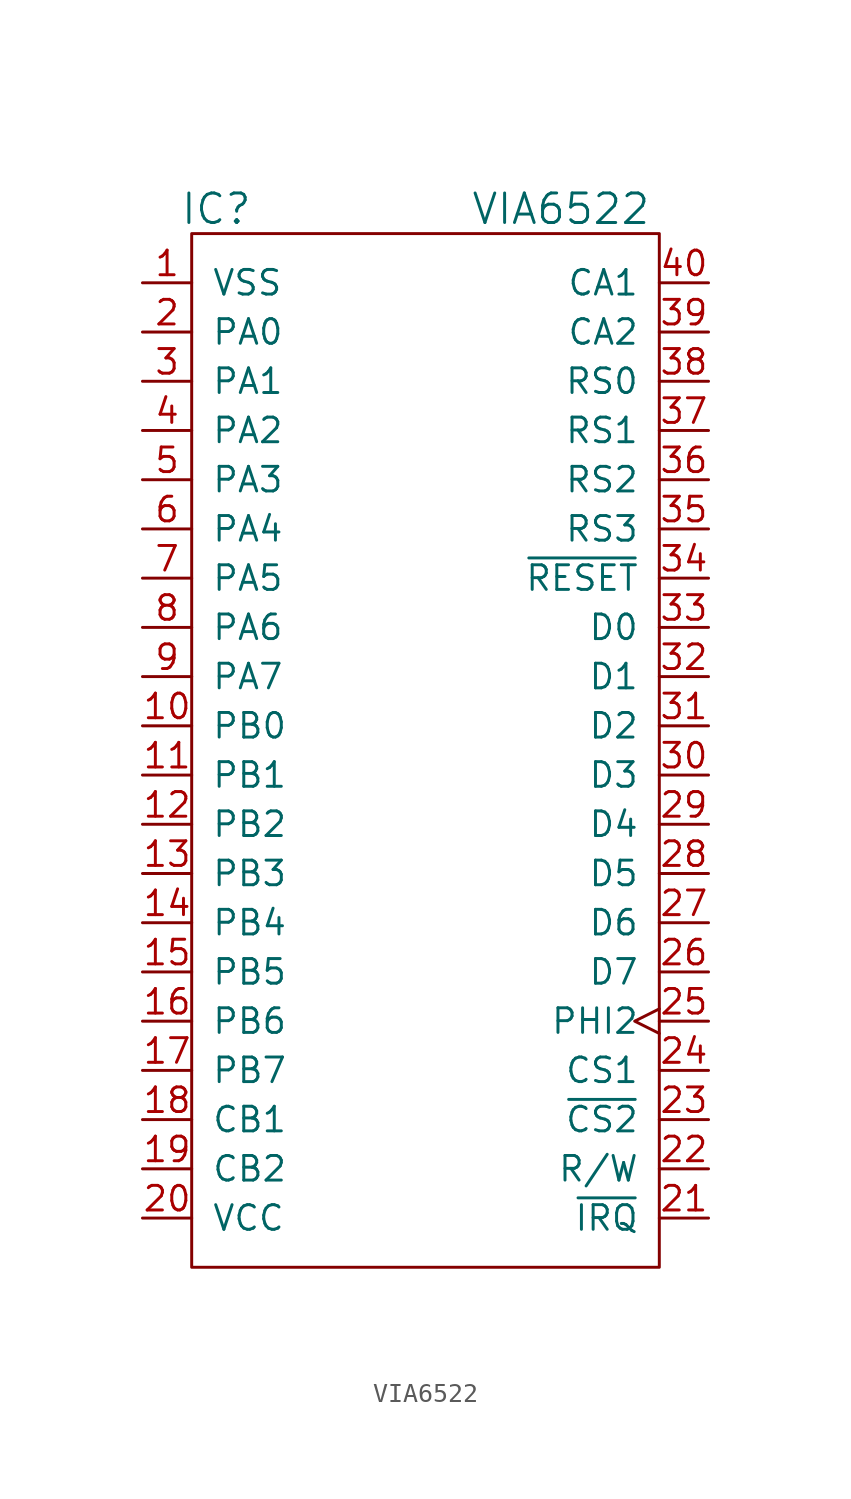
<source format=kicad_sym>
(kicad_symbol_lib
  (version 20211014)
  (generator kicad_symbol_editor)
  (symbol "VIA6522"
    (pin_names
      (offset 1.016))
    (property "Reference" "IC"
      (at -11.43 27.94 0)
      (effects (font (size 1.524 1.524))))
    (property "Value" "VIA6522"
      (at 6.35 27.94 0)
      (effects (font (size 1.524 1.524))))
    (symbol "VIA6522_0_1"
      (rectangle (start -12.7 26.67) (end 11.43 -26.67) (stroke (width 0) (type default) (color 0 0 0 0)) (fill (type none))))
    (symbol "VIA6522_1_1"
      (pin power_out line (at -15.24 24.13 0) (length 2.54) (name "VSS" (effects (font (size 1.27 1.27)))) (number "1" (effects (font (size 1.27 1.27)))))
      (pin input line (at -15.24 1.27 0) (length 2.54) (name "PB0" (effects (font (size 1.27 1.27)))) (number "10" (effects (font (size 1.27 1.27)))))
      (pin input line (at -15.24 -1.27 0) (length 2.54) (name "PB1" (effects (font (size 1.27 1.27)))) (number "11" (effects (font (size 1.27 1.27)))))
      (pin input line (at -15.24 -3.81 0) (length 2.54) (name "PB2" (effects (font (size 1.27 1.27)))) (number "12" (effects (font (size 1.27 1.27)))))
      (pin input line (at -15.24 -6.35 0) (length 2.54) (name "PB3" (effects (font (size 1.27 1.27)))) (number "13" (effects (font (size 1.27 1.27)))))
      (pin input line (at -15.24 -8.89 0) (length 2.54) (name "PB4" (effects (font (size 1.27 1.27)))) (number "14" (effects (font (size 1.27 1.27)))))
      (pin input line (at -15.24 -11.43 0) (length 2.54) (name "PB5" (effects (font (size 1.27 1.27)))) (number "15" (effects (font (size 1.27 1.27)))))
      (pin input line (at -15.24 -13.97 0) (length 2.54) (name "PB6" (effects (font (size 1.27 1.27)))) (number "16" (effects (font (size 1.27 1.27)))))
      (pin input line (at -15.24 -16.51 0) (length 2.54) (name "PB7" (effects (font (size 1.27 1.27)))) (number "17" (effects (font (size 1.27 1.27)))))
      (pin input line (at -15.24 -19.05 0) (length 2.54) (name "CB1" (effects (font (size 1.27 1.27)))) (number "18" (effects (font (size 1.27 1.27)))))
      (pin input line (at -15.24 -21.59 0) (length 2.54) (name "CB2" (effects (font (size 1.27 1.27)))) (number "19" (effects (font (size 1.27 1.27)))))
      (pin input line (at -15.24 21.59 0) (length 2.54) (name "PA0" (effects (font (size 1.27 1.27)))) (number "2" (effects (font (size 1.27 1.27)))))
      (pin power_in line (at -15.24 -24.13 0) (length 2.54) (name "VCC" (effects (font (size 1.27 1.27)))) (number "20" (effects (font (size 1.27 1.27)))))
      (pin input line (at 13.97 -24.13 180) (length 2.54) (name "~{IRQ}" (effects (font (size 1.27 1.27)))) (number "21" (effects (font (size 1.27 1.27)))))
      (pin input line (at 13.97 -21.59 180) (length 2.54) (name "R/W" (effects (font (size 1.27 1.27)))) (number "22" (effects (font (size 1.27 1.27)))))
      (pin input line (at 13.97 -19.05 180) (length 2.54) (name "~{CS2}" (effects (font (size 1.27 1.27)))) (number "23" (effects (font (size 1.27 1.27)))))
      (pin input line (at 13.97 -16.51 180) (length 2.54) (name "CS1" (effects (font (size 1.27 1.27)))) (number "24" (effects (font (size 1.27 1.27)))))
      (pin input clock (at 13.97 -13.97 180) (length 2.54) (name "PHI2" (effects (font (size 1.27 1.27)))) (number "25" (effects (font (size 1.27 1.27)))))
      (pin input line (at 13.97 -11.43 180) (length 2.54) (name "D7" (effects (font (size 1.27 1.27)))) (number "26" (effects (font (size 1.27 1.27)))))
      (pin input line (at 13.97 -8.89 180) (length 2.54) (name "D6" (effects (font (size 1.27 1.27)))) (number "27" (effects (font (size 1.27 1.27)))))
      (pin input line (at 13.97 -6.35 180) (length 2.54) (name "D5" (effects (font (size 1.27 1.27)))) (number "28" (effects (font (size 1.27 1.27)))))
      (pin input line (at 13.97 -3.81 180) (length 2.54) (name "D4" (effects (font (size 1.27 1.27)))) (number "29" (effects (font (size 1.27 1.27)))))
      (pin input line (at -15.24 19.05 0) (length 2.54) (name "PA1" (effects (font (size 1.27 1.27)))) (number "3" (effects (font (size 1.27 1.27)))))
      (pin input line (at 13.97 -1.27 180) (length 2.54) (name "D3" (effects (font (size 1.27 1.27)))) (number "30" (effects (font (size 1.27 1.27)))))
      (pin input line (at 13.97 1.27 180) (length 2.54) (name "D2" (effects (font (size 1.27 1.27)))) (number "31" (effects (font (size 1.27 1.27)))))
      (pin input line (at 13.97 3.81 180) (length 2.54) (name "D1" (effects (font (size 1.27 1.27)))) (number "32" (effects (font (size 1.27 1.27)))))
      (pin input line (at 13.97 6.35 180) (length 2.54) (name "D0" (effects (font (size 1.27 1.27)))) (number "33" (effects (font (size 1.27 1.27)))))
      (pin input line (at 13.97 8.89 180) (length 2.54) (name "~{RESET}" (effects (font (size 1.27 1.27)))) (number "34" (effects (font (size 1.27 1.27)))))
      (pin input line (at 13.97 11.43 180) (length 2.54) (name "RS3" (effects (font (size 1.27 1.27)))) (number "35" (effects (font (size 1.27 1.27)))))
      (pin input line (at 13.97 13.97 180) (length 2.54) (name "RS2" (effects (font (size 1.27 1.27)))) (number "36" (effects (font (size 1.27 1.27)))))
      (pin input line (at 13.97 16.51 180) (length 2.54) (name "RS1" (effects (font (size 1.27 1.27)))) (number "37" (effects (font (size 1.27 1.27)))))
      (pin input line (at 13.97 19.05 180) (length 2.54) (name "RS0" (effects (font (size 1.27 1.27)))) (number "38" (effects (font (size 1.27 1.27)))))
      (pin input line (at 13.97 21.59 180) (length 2.54) (name "CA2" (effects (font (size 1.27 1.27)))) (number "39" (effects (font (size 1.27 1.27)))))
      (pin input line (at -15.24 16.51 0) (length 2.54) (name "PA2" (effects (font (size 1.27 1.27)))) (number "4" (effects (font (size 1.27 1.27)))))
      (pin input line (at 13.97 24.13 180) (length 2.54) (name "CA1" (effects (font (size 1.27 1.27)))) (number "40" (effects (font (size 1.27 1.27)))))
      (pin input line (at -15.24 13.97 0) (length 2.54) (name "PA3" (effects (font (size 1.27 1.27)))) (number "5" (effects (font (size 1.27 1.27)))))
      (pin input line (at -15.24 11.43 0) (length 2.54) (name "PA4" (effects (font (size 1.27 1.27)))) (number "6" (effects (font (size 1.27 1.27)))))
      (pin input line (at -15.24 8.89 0) (length 2.54) (name "PA5" (effects (font (size 1.27 1.27)))) (number "7" (effects (font (size 1.27 1.27)))))
      (pin input line (at -15.24 6.35 0) (length 2.54) (name "PA6" (effects (font (size 1.27 1.27)))) (number "8" (effects (font (size 1.27 1.27)))))
      (pin input line (at -15.24 3.81 0) (length 2.54) (name "PA7" (effects (font (size 1.27 1.27)))) (number "9" (effects (font (size 1.27 1.27))))))))
</source>
